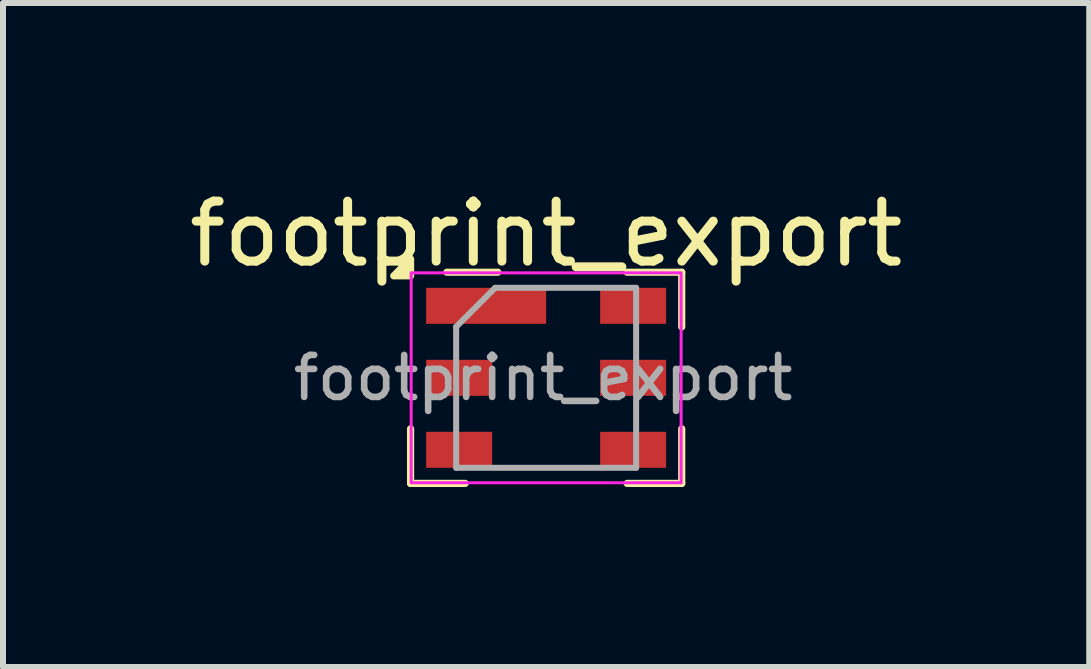
<source format=kicad_pcb>
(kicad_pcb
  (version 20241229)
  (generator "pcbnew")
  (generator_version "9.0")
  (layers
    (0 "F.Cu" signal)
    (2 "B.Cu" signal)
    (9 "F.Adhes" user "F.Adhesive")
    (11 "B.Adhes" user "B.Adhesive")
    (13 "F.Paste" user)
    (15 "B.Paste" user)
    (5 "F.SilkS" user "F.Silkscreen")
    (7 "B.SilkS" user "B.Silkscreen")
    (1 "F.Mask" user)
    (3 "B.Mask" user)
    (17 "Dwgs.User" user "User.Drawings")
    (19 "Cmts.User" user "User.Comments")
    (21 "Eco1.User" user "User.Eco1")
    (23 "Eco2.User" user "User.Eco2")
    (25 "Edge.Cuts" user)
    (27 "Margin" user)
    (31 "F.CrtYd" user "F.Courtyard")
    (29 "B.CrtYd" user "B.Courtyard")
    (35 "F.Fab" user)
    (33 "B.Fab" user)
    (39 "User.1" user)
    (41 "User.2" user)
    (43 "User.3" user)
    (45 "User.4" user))
  (footprint "footprint_export"
    (layer "F.Cu")
    (at 6.054 3.248)
    (property "Reference" "footprint_export" (at 0 -2.4 0) (unlocked yes) (layer "F.SilkS") (effects (font (size 1 1) (thickness 0.15))))
    (attr smd)
    (fp_line (start -2.26 1.76) (end -2.26 0.85) (stroke (width 0.12) (type solid)) (layer "F.SilkS"))
    (fp_line (start -1.655 -1.76) (end -0.805 -1.76) (stroke (width 0.12) (type solid)) (layer "F.SilkS"))
    (fp_line (start -1.35 1.76) (end -2.26 1.76) (stroke (width 0.12) (type solid)) (layer "F.SilkS"))
    (fp_line (start 2.26 -1.76) (end 1.35 -1.76) (stroke (width 0.12) (type solid)) (layer "F.SilkS"))
    (fp_line (start 2.26 -1.76) (end 2.26 -0.85) (stroke (width 0.12) (type solid)) (layer "F.SilkS"))
    (fp_line (start 2.26 1.76) (end 1.35 1.76) (stroke (width 0.12) (type solid)) (layer "F.SilkS"))
    (fp_line (start 2.26 1.76) (end 2.26 0.85) (stroke (width 0.12) (type solid)) (layer "F.SilkS"))
    (fp_poly (pts (xy -2.26 -1.7) (xy -2.54 -1.7) (xy -2.26 -1.98) (xy -2.26 -1.7)) (stroke (width 0.12) (type solid)) (fill yes) (layer "F.SilkS"))
    (fp_rect (start 2.25 1.75) (end -2.25 -1.75) (stroke (width 0.05) (type solid)) (fill no) (layer "F.CrtYd"))
    (fp_line (start -1.5 -0.85) (end -0.85 -1.5) (stroke (width 0.1) (type solid)) (layer "F.Fab"))
    (fp_line (start -1.5 1.5) (end -1.5 -0.85) (stroke (width 0.1) (type solid)) (layer "F.Fab"))
    (fp_line (start -0.85 -1.5) (end 1.5 -1.5) (stroke (width 0.1) (type solid)) (layer "F.Fab"))
    (fp_line (start 1.5 -1.5) (end 1.5 1.5) (stroke (width 0.1) (type solid)) (layer "F.Fab"))
    (fp_line (start 1.5 1.5) (end -1.5 1.5) (stroke (width 0.1) (type solid)) (layer "F.Fab"))
    (fp_text user "${REFERENCE}" (at -0.05 0 0) (unlocked yes) (layer "F.Fab") (effects (font (size 0.7 0.7) (thickness 0.11))))
    (pad "1" smd rect (at -1 -1.2) (size 2 0.6) (layers "F.Cu" "F.Mask" "F.Paste"))
    (pad "2" smd rect (at -1.45 0) (size 1.1 0.6) (layers "F.Cu" "F.Mask" "F.Paste"))
    (pad "3" smd rect (at -1.45 1.2) (size 1.1 0.6) (layers "F.Cu" "F.Mask" "F.Paste"))
    (pad "4" smd rect (at 1.45 1.2) (size 1.1 0.6) (layers "F.Cu" "F.Mask" "F.Paste"))
    (pad "5" smd rect (at 1.45 0) (size 1.1 0.6) (layers "F.Cu" "F.Mask" "F.Paste"))
    (pad "6" smd rect (at 1.45 -1.2) (size 1.1 0.6) (layers "F.Cu" "F.Mask" "F.Paste")))
  (gr_rect
    (start -3 -3)
    (end 15.107 8.068)
    (stroke (width 0.1) (type default))
    (fill no)
    (layer "Edge.Cuts")))
</source>
